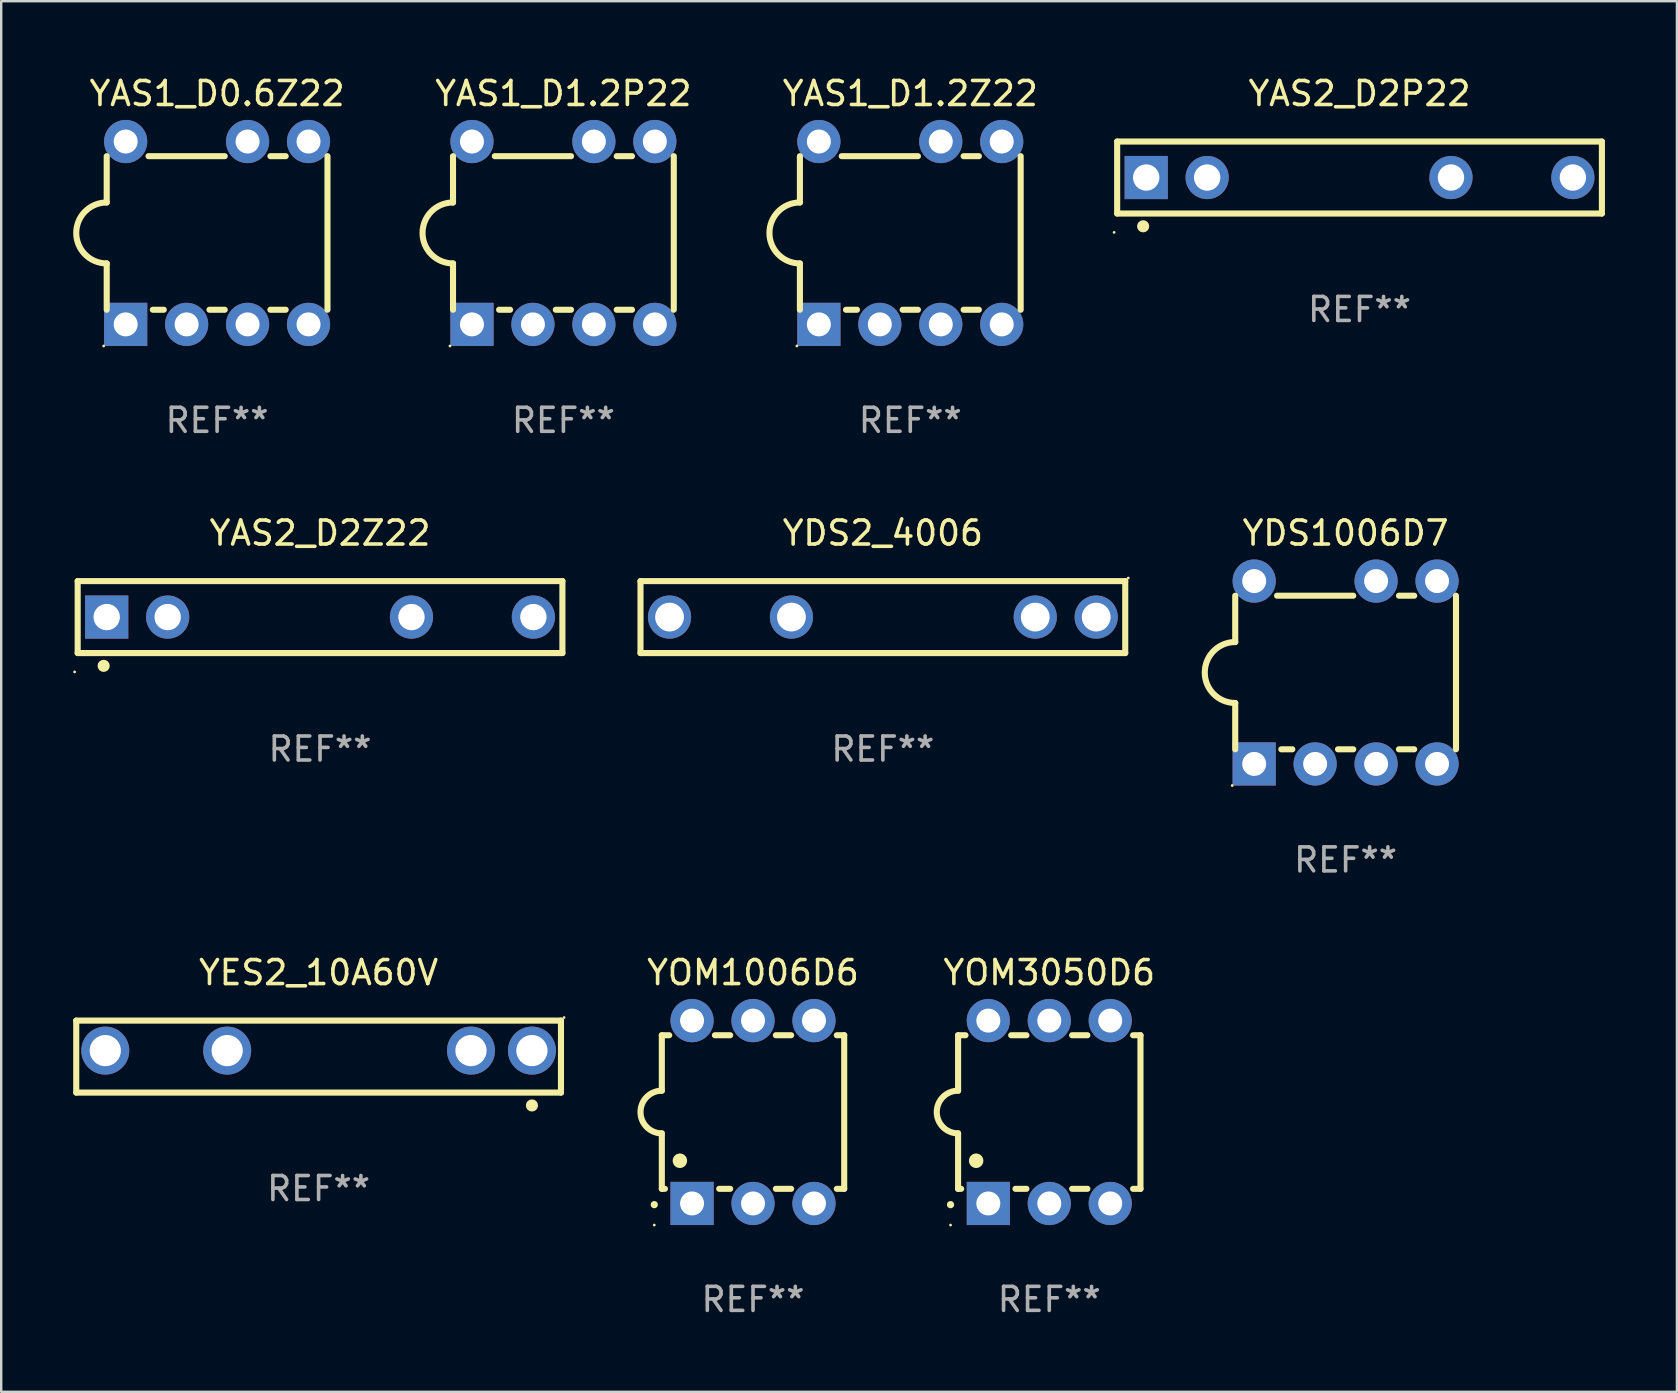
<source format=kicad_pcb>
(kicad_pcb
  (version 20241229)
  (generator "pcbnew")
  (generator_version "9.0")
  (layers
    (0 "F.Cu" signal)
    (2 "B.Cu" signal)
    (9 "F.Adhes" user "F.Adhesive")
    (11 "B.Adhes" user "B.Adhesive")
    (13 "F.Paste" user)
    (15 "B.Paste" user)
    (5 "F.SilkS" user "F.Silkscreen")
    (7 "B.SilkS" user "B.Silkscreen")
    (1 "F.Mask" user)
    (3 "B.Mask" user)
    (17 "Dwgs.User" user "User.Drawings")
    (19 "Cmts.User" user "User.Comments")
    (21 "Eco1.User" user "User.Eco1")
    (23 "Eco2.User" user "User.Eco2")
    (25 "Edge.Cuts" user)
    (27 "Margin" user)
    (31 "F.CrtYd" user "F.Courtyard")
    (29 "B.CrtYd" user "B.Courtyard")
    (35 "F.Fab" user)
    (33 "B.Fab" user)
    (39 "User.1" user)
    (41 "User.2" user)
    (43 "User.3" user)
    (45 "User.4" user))
  (footprint "YAS1_D0.6Z22"
    (layer "F.Cu")
    (at 5.997 6.658)
    (property "Reference" "YAS1_D0.6Z22" (at 0 -5.81 0) (layer "F.SilkS") (effects (font (size 1 1) (thickness 0.15))))
    (attr through_hole)
    (fp_line (start -4.6 -1.27) (end -4.6 -3.2) (stroke (width 0.254) (type solid)) (layer "F.SilkS"))
    (fp_line (start -4.6 3.2) (end -4.6 1.27) (stroke (width 0.254) (type solid)) (layer "F.SilkS"))
    (fp_line (start -2.858 -3.2) (end 0.318 -3.2) (stroke (width 0.254) (type solid)) (layer "F.SilkS"))
    (fp_line (start -2.222 3.2) (end -2.679 3.2) (stroke (width 0.254) (type solid)) (layer "F.SilkS"))
    (fp_line (start 0.318 3.2) (end -0.318 3.2) (stroke (width 0.254) (type solid)) (layer "F.SilkS"))
    (fp_line (start 2.222 -3.2) (end 2.858 -3.2) (stroke (width 0.254) (type solid)) (layer "F.SilkS"))
    (fp_line (start 2.858 3.2) (end 2.222 3.2) (stroke (width 0.254) (type solid)) (layer "F.SilkS"))
    (fp_line (start 4.6 3.2) (end 4.6 -3.2) (stroke (width 0.254) (type solid)) (layer "F.SilkS"))
    (fp_arc (start -4.6 1.270003) (mid -5.869952 -0.000026) (end -4.599949 -1.270003) (stroke (width 0.254001) (type solid)) (layer "F.SilkS"))
    (fp_circle (center -4.727 4.71) (end -4.697 4.71) (stroke (width 0.06) (type solid)) (fill no) (layer "F.SilkS"))
    (fp_text user "REF**" (at 0 7.81 0) (layer "F.Fab") (effects (font (size 1 1) (thickness 0.15))))
    (pad "1" thru_hole rect (at -3.81 3.81) (size 1.8 1.8) (drill 1) (layers "*.Cu" "*.Mask"))
    (pad "2" thru_hole circle (at -1.27 3.81) (size 1.8 1.8) (drill 1) (layers "*.Cu" "*.Mask"))
    (pad "3" thru_hole circle (at 1.27 3.81) (size 1.8 1.8) (drill 1) (layers "*.Cu" "*.Mask"))
    (pad "4" thru_hole circle (at 3.81 3.81) (size 1.8 1.8) (drill 1) (layers "*.Cu" "*.Mask"))
    (pad "5" thru_hole circle (at 3.81 -3.81) (size 1.8 1.8) (drill 1) (layers "*.Cu" "*.Mask"))
    (pad "6" thru_hole circle (at 1.27 -3.81) (size 1.8 1.8) (drill 1) (layers "*.Cu" "*.Mask"))
    (pad "8" thru_hole circle (at -3.81 -3.81) (size 1.8 1.8) (drill 1) (layers "*.Cu" "*.Mask")))
  (footprint "YDS2_4006"
    (layer "F.Cu")
    (at 33.741 22.665)
    (property "Reference" "YDS2_4006" (at 0 -3.5 0) (layer "F.SilkS") (effects (font (size 1 1) (thickness 0.15))))
    (attr through_hole)
    (fp_line (start -10.1 1.5) (end 10.1 1.5) (stroke (width 0.254) (type solid)) (layer "F.SilkS"))
    (fp_line (start -10.1 -1.5) (end -10.1 1.5) (stroke (width 0.254) (type solid)) (layer "F.SilkS"))
    (fp_line (start -10.1 -1.5) (end 10.1 -1.5) (stroke (width 0.254) (type solid)) (layer "F.SilkS"))
    (fp_line (start 10.1 -1.5) (end 10.1 1.5) (stroke (width 0.254) (type solid)) (layer "F.SilkS"))
    (fp_circle (center 10.227 -1.627) (end 10.257 -1.627) (stroke (width 0.06) (type solid)) (fill no) (layer "F.SilkS"))
    (fp_text user "REF**" (at 0 5.5 0) (layer "F.Fab") (effects (font (size 1 1) (thickness 0.15))))
    (pad "1" thru_hole circle (at 8.89 0) (size 1.8 1.8) (drill 1.2) (layers "*.Cu" "*.Mask"))
    (pad "2" thru_hole circle (at 6.35 0) (size 1.8 1.8) (drill 1.2) (layers "*.Cu" "*.Mask"))
    (pad "3" thru_hole circle (at -3.81 0) (size 1.8 1.8) (drill 1.2) (layers "*.Cu" "*.Mask"))
    (pad "4" thru_hole circle (at -8.89 0) (size 1.8 1.8) (drill 1.2) (layers "*.Cu" "*.Mask")))
  (footprint "YOM1006D6"
    (layer "F.Cu")
    (at 28.33 43.291)
    (property "Reference" "YOM1006D6" (at 0 -5.81 0) (layer "F.SilkS") (effects (font (size 1 1) (thickness 0.15))))
    (attr through_hole)
    (fp_line (start -3.8 -3.2) (end -3.8 -0.889) (stroke (width 0.254) (type solid)) (layer "F.SilkS"))
    (fp_line (start -3.8 -3.2) (end -3.492 -3.2) (stroke (width 0.254) (type solid)) (layer "F.SilkS"))
    (fp_line (start -3.8 3.2) (end -3.8 0.889) (stroke (width 0.254) (type solid)) (layer "F.SilkS"))
    (fp_line (start -3.8 3.2) (end -3.671 3.2) (stroke (width 0.254) (type solid)) (layer "F.SilkS"))
    (fp_line (start -1.588 -3.2) (end -0.952 -3.2) (stroke (width 0.254) (type solid)) (layer "F.SilkS"))
    (fp_line (start -1.409 3.2) (end -0.952 3.2) (stroke (width 0.254) (type solid)) (layer "F.SilkS"))
    (fp_line (start 0.952 -3.2) (end 1.588 -3.2) (stroke (width 0.254) (type solid)) (layer "F.SilkS"))
    (fp_line (start 0.952 3.2) (end 1.588 3.2) (stroke (width 0.254) (type solid)) (layer "F.SilkS"))
    (fp_line (start 3.492 -3.2) (end 3.8 -3.2) (stroke (width 0.254) (type solid)) (layer "F.SilkS"))
    (fp_line (start 3.492 3.2) (end 3.8 3.2) (stroke (width 0.254) (type solid)) (layer "F.SilkS"))
    (fp_line (start 3.8 -3.2) (end 3.8 3.2) (stroke (width 0.254) (type solid)) (layer "F.SilkS"))
    (fp_arc (start -4.114808 3.860808) (mid -4.114813 3.859538) (end -4.114808 3.858268) (stroke (width 0.3) (type solid)) (layer "F.SilkS"))
    (fp_arc (start -3.8 0.889002) (mid -4.68885 -0.000076) (end -3.799848 -0.889002) (stroke (width 0.254001) (type solid)) (layer "F.SilkS"))
    (fp_arc (start -3.048006 2.032004) (mid -3.048017 2.029464) (end -3.048006 2.026924) (stroke (width 0.6) (type solid)) (layer "F.SilkS"))
    (fp_circle (center -4.115 4.71) (end -4.085 4.71) (stroke (width 0.06) (type solid)) (fill no) (layer "F.SilkS"))
    (fp_text user "REF**" (at 0 7.81 0) (layer "F.Fab") (effects (font (size 1 1) (thickness 0.15))))
    (pad "1" thru_hole rect (at -2.54 3.81 90) (size 1.8 1.8) (drill 1) (layers "*.Cu" "*.Mask"))
    (pad "2" thru_hole circle (at 0 3.81) (size 1.8 1.8) (drill 1) (layers "*.Cu" "*.Mask"))
    (pad "3" thru_hole circle (at 2.54 3.81) (size 1.8 1.8) (drill 1) (layers "*.Cu" "*.Mask"))
    (pad "4" thru_hole circle (at 2.54 -3.81) (size 1.8 1.8) (drill 1) (layers "*.Cu" "*.Mask"))
    (pad "5" thru_hole circle (at 0 -3.81) (size 1.8 1.8) (drill 1) (layers "*.Cu" "*.Mask"))
    (pad "6" thru_hole circle (at -2.54 -3.81) (size 1.8 1.8) (drill 1) (layers "*.Cu" "*.Mask")))
  (footprint "YOM3050D6"
    (layer "F.Cu")
    (at 40.676 43.291)
    (property "Reference" "YOM3050D6" (at 0 -5.81 0) (layer "F.SilkS") (effects (font (size 1 1) (thickness 0.15))))
    (attr through_hole)
    (fp_line (start -3.8 -3.2) (end -3.8 -0.889) (stroke (width 0.254) (type solid)) (layer "F.SilkS"))
    (fp_line (start -3.8 -3.2) (end -3.492 -3.2) (stroke (width 0.254) (type solid)) (layer "F.SilkS"))
    (fp_line (start -3.8 3.2) (end -3.8 0.889) (stroke (width 0.254) (type solid)) (layer "F.SilkS"))
    (fp_line (start -3.8 3.2) (end -3.671 3.2) (stroke (width 0.254) (type solid)) (layer "F.SilkS"))
    (fp_line (start -1.588 -3.2) (end -0.952 -3.2) (stroke (width 0.254) (type solid)) (layer "F.SilkS"))
    (fp_line (start -1.409 3.2) (end -0.952 3.2) (stroke (width 0.254) (type solid)) (layer "F.SilkS"))
    (fp_line (start 0.952 -3.2) (end 1.588 -3.2) (stroke (width 0.254) (type solid)) (layer "F.SilkS"))
    (fp_line (start 0.952 3.2) (end 1.588 3.2) (stroke (width 0.254) (type solid)) (layer "F.SilkS"))
    (fp_line (start 3.492 -3.2) (end 3.8 -3.2) (stroke (width 0.254) (type solid)) (layer "F.SilkS"))
    (fp_line (start 3.492 3.2) (end 3.8 3.2) (stroke (width 0.254) (type solid)) (layer "F.SilkS"))
    (fp_line (start 3.8 -3.2) (end 3.8 3.2) (stroke (width 0.254) (type solid)) (layer "F.SilkS"))
    (fp_arc (start -4.114808 3.860808) (mid -4.114813 3.859538) (end -4.114808 3.858268) (stroke (width 0.3) (type solid)) (layer "F.SilkS"))
    (fp_arc (start -3.8 0.889002) (mid -4.68885 -0.000076) (end -3.799848 -0.889002) (stroke (width 0.254001) (type solid)) (layer "F.SilkS"))
    (fp_arc (start -3.048006 2.032004) (mid -3.048017 2.029464) (end -3.048006 2.026924) (stroke (width 0.6) (type solid)) (layer "F.SilkS"))
    (fp_circle (center -4.115 4.71) (end -4.085 4.71) (stroke (width 0.06) (type solid)) (fill no) (layer "F.SilkS"))
    (fp_text user "REF**" (at 0 7.81 0) (layer "F.Fab") (effects (font (size 1 1) (thickness 0.15))))
    (pad "1" thru_hole rect (at -2.54 3.81 90) (size 1.8 1.8) (drill 1) (layers "*.Cu" "*.Mask"))
    (pad "2" thru_hole circle (at 0 3.81) (size 1.8 1.8) (drill 1) (layers "*.Cu" "*.Mask"))
    (pad "3" thru_hole circle (at 2.54 3.81) (size 1.8 1.8) (drill 1) (layers "*.Cu" "*.Mask"))
    (pad "4" thru_hole circle (at 2.54 -3.81) (size 1.8 1.8) (drill 1) (layers "*.Cu" "*.Mask"))
    (pad "5" thru_hole circle (at 0 -3.81) (size 1.8 1.8) (drill 1) (layers "*.Cu" "*.Mask"))
    (pad "6" thru_hole circle (at -2.54 -3.81) (size 1.8 1.8) (drill 1) (layers "*.Cu" "*.Mask")))
  (footprint "YAS2_D2Z22"
    (layer "F.Cu")
    (at 10.287 22.665)
    (property "Reference" "YAS2_D2Z22" (at 0 -3.5 0) (layer "F.SilkS") (effects (font (size 1 1) (thickness 0.15))))
    (attr through_hole)
    (fp_line (start -10.1 -1.5) (end -10.1 1.5) (stroke (width 0.254) (type solid)) (layer "F.SilkS"))
    (fp_line (start -10.1 -1.5) (end 10.1 -1.5) (stroke (width 0.254) (type solid)) (layer "F.SilkS"))
    (fp_line (start -10.1 1.5) (end 10.1 1.5) (stroke (width 0.254) (type solid)) (layer "F.SilkS"))
    (fp_line (start 10.1 -1.5) (end 10.1 1.5) (stroke (width 0.254) (type solid)) (layer "F.SilkS"))
    (fp_circle (center -10.227 2.286) (end -10.197 2.286) (stroke (width 0.06) (type solid)) (fill no) (layer "F.SilkS"))
    (fp_circle (center -9.017 2.032) (end -8.89 2.032) (stroke (width 0.254) (type solid)) (fill no) (layer "F.SilkS"))
    (fp_text user "REF**" (at 0 5.5 0) (layer "F.Fab") (effects (font (size 1 1) (thickness 0.15))))
    (pad "1" thru_hole rect (at -8.89 0.000102 180) (size 1.8 1.8) (drill 1.1) (layers "*.Cu" "*.Mask"))
    (pad "2" thru_hole circle (at -6.35 0.000102) (size 1.8 1.8) (drill 1.1) (layers "*.Cu" "*.Mask"))
    (pad "3" thru_hole circle (at 3.81 0.000102) (size 1.8 1.8) (drill 1.1) (layers "*.Cu" "*.Mask"))
    (pad "4" thru_hole circle (at 8.89 0.000102) (size 1.8 1.8) (drill 1.1) (layers "*.Cu" "*.Mask")))
  (footprint "YAS1_D1.2Z22"
    (layer "F.Cu")
    (at 34.884 6.658)
    (property "Reference" "YAS1_D1.2Z22" (at 0 -5.81 0) (layer "F.SilkS") (effects (font (size 1 1) (thickness 0.15))))
    (attr through_hole)
    (fp_line (start -4.6 -1.27) (end -4.6 -3.2) (stroke (width 0.254) (type solid)) (layer "F.SilkS"))
    (fp_line (start -4.6 3.2) (end -4.6 1.27) (stroke (width 0.254) (type solid)) (layer "F.SilkS"))
    (fp_line (start -2.858 -3.2) (end 0.318 -3.2) (stroke (width 0.254) (type solid)) (layer "F.SilkS"))
    (fp_line (start -2.222 3.2) (end -2.679 3.2) (stroke (width 0.254) (type solid)) (layer "F.SilkS"))
    (fp_line (start 0.318 3.2) (end -0.318 3.2) (stroke (width 0.254) (type solid)) (layer "F.SilkS"))
    (fp_line (start 2.222 -3.2) (end 2.858 -3.2) (stroke (width 0.254) (type solid)) (layer "F.SilkS"))
    (fp_line (start 2.858 3.2) (end 2.222 3.2) (stroke (width 0.254) (type solid)) (layer "F.SilkS"))
    (fp_line (start 4.6 3.2) (end 4.6 -3.2) (stroke (width 0.254) (type solid)) (layer "F.SilkS"))
    (fp_arc (start -4.6 1.270003) (mid -5.869952 -0.000026) (end -4.599949 -1.270003) (stroke (width 0.254001) (type solid)) (layer "F.SilkS"))
    (fp_circle (center -4.727 4.71) (end -4.697 4.71) (stroke (width 0.06) (type solid)) (fill no) (layer "F.SilkS"))
    (fp_text user "REF**" (at 0 7.81 0) (layer "F.Fab") (effects (font (size 1 1) (thickness 0.15))))
    (pad "1" thru_hole rect (at -3.81 3.81) (size 1.8 1.8) (drill 1) (layers "*.Cu" "*.Mask"))
    (pad "2" thru_hole circle (at -1.27 3.81) (size 1.8 1.8) (drill 1) (layers "*.Cu" "*.Mask"))
    (pad "3" thru_hole circle (at 1.27 3.81) (size 1.8 1.8) (drill 1) (layers "*.Cu" "*.Mask"))
    (pad "4" thru_hole circle (at 3.81 3.81) (size 1.8 1.8) (drill 1) (layers "*.Cu" "*.Mask"))
    (pad "5" thru_hole circle (at 3.81 -3.81) (size 1.8 1.8) (drill 1) (layers "*.Cu" "*.Mask"))
    (pad "6" thru_hole circle (at 1.27 -3.81) (size 1.8 1.8) (drill 1) (layers "*.Cu" "*.Mask"))
    (pad "8" thru_hole circle (at -3.81 -3.81) (size 1.8 1.8) (drill 1) (layers "*.Cu" "*.Mask")))
  (footprint "YES2_10A60V"
    (layer "F.Cu")
    (at 10.227 40.981)
    (property "Reference" "YES2_10A60V" (at 0 -3.5 0) (layer "F.SilkS") (effects (font (size 1 1) (thickness 0.15))))
    (attr through_hole)
    (fp_line (start -10.1 1.5) (end 10.1 1.5) (stroke (width 0.254) (type solid)) (layer "F.SilkS"))
    (fp_line (start -10.1 -1.5) (end -10.1 1.5) (stroke (width 0.254) (type solid)) (layer "F.SilkS"))
    (fp_line (start -10.1 -1.5) (end 10.1 -1.5) (stroke (width 0.254) (type solid)) (layer "F.SilkS"))
    (fp_line (start 10.1 -1.5) (end 10.1 1.5) (stroke (width 0.254) (type solid)) (layer "F.SilkS"))
    (fp_circle (center 8.89 2.036) (end 9.017 2.036) (stroke (width 0.254) (type solid)) (fill no) (layer "F.SilkS"))
    (fp_circle (center 10.227 -1.627) (end 10.257 -1.627) (stroke (width 0.06) (type solid)) (fill no) (layer "F.SilkS"))
    (fp_text user "REF**" (at 0 5.5 0) (layer "F.Fab") (effects (font (size 1 1) (thickness 0.15))))
    (pad "1" thru_hole circle (at 8.89 -0.25) (size 2 2) (drill 1.3) (layers "*.Cu" "*.Mask"))
    (pad "2" thru_hole circle (at 6.35 -0.25) (size 2 2) (drill 1.3) (layers "*.Cu" "*.Mask"))
    (pad "3" thru_hole circle (at -3.81 -0.25) (size 2 2) (drill 1.3) (layers "*.Cu" "*.Mask"))
    (pad "4" thru_hole circle (at -8.89 -0.25) (size 2 2) (drill 1.3) (layers "*.Cu" "*.Mask")))
  (footprint "YAS1_D1.2P22"
    (layer "F.Cu")
    (at 20.428 6.658)
    (property "Reference" "YAS1_D1.2P22" (at 0 -5.81 0) (layer "F.SilkS") (effects (font (size 1 1) (thickness 0.15))))
    (attr through_hole)
    (fp_line (start -4.6 -1.27) (end -4.6 -3.2) (stroke (width 0.254) (type solid)) (layer "F.SilkS"))
    (fp_line (start -4.6 3.2) (end -4.6 1.27) (stroke (width 0.254) (type solid)) (layer "F.SilkS"))
    (fp_line (start -2.858 -3.2) (end 0.318 -3.2) (stroke (width 0.254) (type solid)) (layer "F.SilkS"))
    (fp_line (start -2.222 3.2) (end -2.679 3.2) (stroke (width 0.254) (type solid)) (layer "F.SilkS"))
    (fp_line (start 0.318 3.2) (end -0.318 3.2) (stroke (width 0.254) (type solid)) (layer "F.SilkS"))
    (fp_line (start 2.222 -3.2) (end 2.858 -3.2) (stroke (width 0.254) (type solid)) (layer "F.SilkS"))
    (fp_line (start 2.858 3.2) (end 2.222 3.2) (stroke (width 0.254) (type solid)) (layer "F.SilkS"))
    (fp_line (start 4.6 3.2) (end 4.6 -3.2) (stroke (width 0.254) (type solid)) (layer "F.SilkS"))
    (fp_arc (start -4.6 1.270003) (mid -5.869952 -0.000026) (end -4.599949 -1.270003) (stroke (width 0.254001) (type solid)) (layer "F.SilkS"))
    (fp_circle (center -4.727 4.71) (end -4.697 4.71) (stroke (width 0.06) (type solid)) (fill no) (layer "F.SilkS"))
    (fp_text user "REF**" (at 0 7.81 0) (layer "F.Fab") (effects (font (size 1 1) (thickness 0.15))))
    (pad "1" thru_hole rect (at -3.81 3.81) (size 1.8 1.8) (drill 1) (layers "*.Cu" "*.Mask"))
    (pad "2" thru_hole circle (at -1.27 3.81) (size 1.8 1.8) (drill 1) (layers "*.Cu" "*.Mask"))
    (pad "3" thru_hole circle (at 1.27 3.81) (size 1.8 1.8) (drill 1) (layers "*.Cu" "*.Mask"))
    (pad "4" thru_hole circle (at 3.81 3.81) (size 1.8 1.8) (drill 1) (layers "*.Cu" "*.Mask"))
    (pad "5" thru_hole circle (at 3.81 -3.81) (size 1.8 1.8) (drill 1) (layers "*.Cu" "*.Mask"))
    (pad "6" thru_hole circle (at 1.27 -3.81) (size 1.8 1.8) (drill 1) (layers "*.Cu" "*.Mask"))
    (pad "8" thru_hole circle (at -3.81 -3.81) (size 1.8 1.8) (drill 1) (layers "*.Cu" "*.Mask")))
  (footprint "YDS1006D7"
    (layer "F.Cu")
    (at 53.025 24.975)
    (property "Reference" "YDS1006D7" (at 0 -5.81 0) (layer "F.SilkS") (effects (font (size 1 1) (thickness 0.15))))
    (attr through_hole)
    (fp_line (start -4.6 -1.27) (end -4.6 -3.2) (stroke (width 0.254) (type solid)) (layer "F.SilkS"))
    (fp_line (start -4.6 3.2) (end -4.6 1.27) (stroke (width 0.254) (type solid)) (layer "F.SilkS"))
    (fp_line (start -2.858 -3.2) (end 0.318 -3.2) (stroke (width 0.254) (type solid)) (layer "F.SilkS"))
    (fp_line (start -2.222 3.2) (end -2.679 3.2) (stroke (width 0.254) (type solid)) (layer "F.SilkS"))
    (fp_line (start 0.318 3.2) (end -0.318 3.2) (stroke (width 0.254) (type solid)) (layer "F.SilkS"))
    (fp_line (start 2.222 -3.2) (end 2.858 -3.2) (stroke (width 0.254) (type solid)) (layer "F.SilkS"))
    (fp_line (start 2.858 3.2) (end 2.222 3.2) (stroke (width 0.254) (type solid)) (layer "F.SilkS"))
    (fp_line (start 4.6 3.2) (end 4.6 -3.2) (stroke (width 0.254) (type solid)) (layer "F.SilkS"))
    (fp_arc (start -4.6 1.270003) (mid -5.869952 -0.000026) (end -4.599949 -1.270003) (stroke (width 0.254001) (type solid)) (layer "F.SilkS"))
    (fp_circle (center -4.727 4.71) (end -4.697 4.71) (stroke (width 0.06) (type solid)) (fill no) (layer "F.SilkS"))
    (fp_text user "REF**" (at 0 7.81 0) (layer "F.Fab") (effects (font (size 1 1) (thickness 0.15))))
    (pad "1" thru_hole rect (at -3.81 3.81) (size 1.8 1.8) (drill 1) (layers "*.Cu" "*.Mask"))
    (pad "2" thru_hole circle (at -1.27 3.81) (size 1.8 1.8) (drill 1) (layers "*.Cu" "*.Mask"))
    (pad "3" thru_hole circle (at 1.27 3.81) (size 1.8 1.8) (drill 1) (layers "*.Cu" "*.Mask"))
    (pad "4" thru_hole circle (at 3.81 3.81) (size 1.8 1.8) (drill 1) (layers "*.Cu" "*.Mask"))
    (pad "5" thru_hole circle (at 3.81 -3.81) (size 1.8 1.8) (drill 1) (layers "*.Cu" "*.Mask"))
    (pad "6" thru_hole circle (at 1.27 -3.81) (size 1.8 1.8) (drill 1) (layers "*.Cu" "*.Mask"))
    (pad "8" thru_hole circle (at -3.81 -3.81) (size 1.8 1.8) (drill 1) (layers "*.Cu" "*.Mask")))
  (footprint "YAS2_D2P22"
    (layer "F.Cu")
    (at 53.605 4.348)
    (property "Reference" "YAS2_D2P22" (at 0 -3.5 0) (layer "F.SilkS") (effects (font (size 1 1) (thickness 0.15))))
    (attr through_hole)
    (fp_line (start -10.1 -1.5) (end -10.1 1.5) (stroke (width 0.254) (type solid)) (layer "F.SilkS"))
    (fp_line (start -10.1 -1.5) (end 10.1 -1.5) (stroke (width 0.254) (type solid)) (layer "F.SilkS"))
    (fp_line (start -10.1 1.5) (end 10.1 1.5) (stroke (width 0.254) (type solid)) (layer "F.SilkS"))
    (fp_line (start 10.1 -1.5) (end 10.1 1.5) (stroke (width 0.254) (type solid)) (layer "F.SilkS"))
    (fp_circle (center -10.227 2.286) (end -10.197 2.286) (stroke (width 0.06) (type solid)) (fill no) (layer "F.SilkS"))
    (fp_circle (center -9.017 2.032) (end -8.89 2.032) (stroke (width 0.254) (type solid)) (fill no) (layer "F.SilkS"))
    (fp_text user "REF**" (at 0 5.5 0) (layer "F.Fab") (effects (font (size 1 1) (thickness 0.15))))
    (pad "1" thru_hole rect (at -8.89 0.000102 180) (size 1.8 1.8) (drill 1.1) (layers "*.Cu" "*.Mask"))
    (pad "2" thru_hole circle (at -6.35 0.000102) (size 1.8 1.8) (drill 1.1) (layers "*.Cu" "*.Mask"))
    (pad "3" thru_hole circle (at 3.81 0.000102) (size 1.8 1.8) (drill 1.1) (layers "*.Cu" "*.Mask"))
    (pad "4" thru_hole circle (at 8.89 0.000102) (size 1.8 1.8) (drill 1.1) (layers "*.Cu" "*.Mask")))
  (gr_rect
    (start -3 -3)
    (end 66.832 54.95)
    (stroke (width 0.1) (type default))
    (fill no)
    (layer "Edge.Cuts")))
</source>
